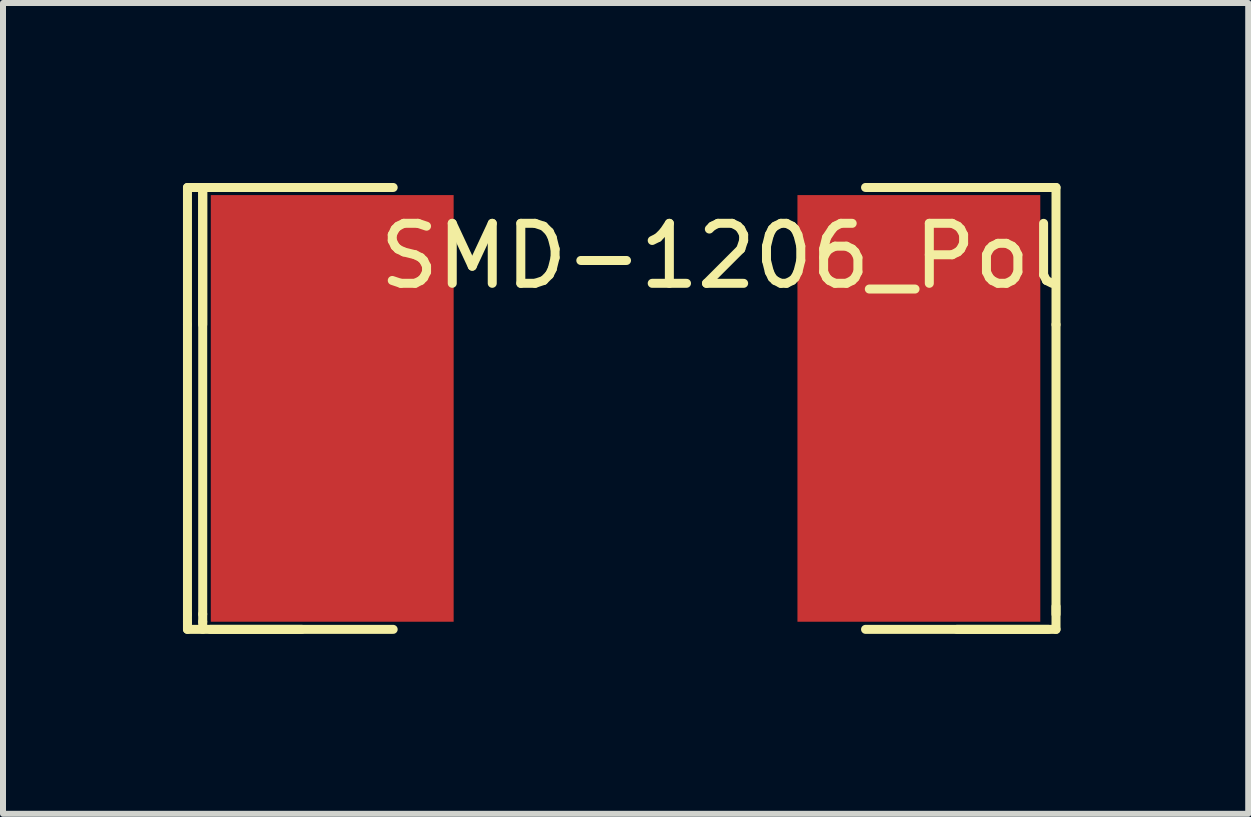
<source format=kicad_pcb>
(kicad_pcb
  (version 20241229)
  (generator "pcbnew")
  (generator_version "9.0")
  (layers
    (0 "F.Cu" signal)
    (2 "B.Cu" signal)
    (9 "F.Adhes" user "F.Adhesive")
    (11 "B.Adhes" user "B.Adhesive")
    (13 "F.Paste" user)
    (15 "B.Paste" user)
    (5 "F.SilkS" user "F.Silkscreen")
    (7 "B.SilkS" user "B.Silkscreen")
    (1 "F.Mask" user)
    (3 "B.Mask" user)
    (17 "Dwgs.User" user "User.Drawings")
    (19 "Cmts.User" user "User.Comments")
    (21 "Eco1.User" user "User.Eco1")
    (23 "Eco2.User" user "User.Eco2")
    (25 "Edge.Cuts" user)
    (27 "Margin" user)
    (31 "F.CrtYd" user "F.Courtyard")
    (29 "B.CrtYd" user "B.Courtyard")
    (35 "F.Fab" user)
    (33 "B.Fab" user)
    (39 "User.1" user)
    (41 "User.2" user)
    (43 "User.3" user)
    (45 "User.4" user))
  (footprint "SMD-1206_Pol"
    (layer "F.Cu")
    (at 3.631 1.218)
    (property "Reference" "SMD-1206_Pol" (at 5.334 0 0) (layer "F.SilkS") (effects (font (size 1 1) (thickness 0.15))))
    (attr smd)
    (fp_line (start -3.556 -1.143) (end -3.556 1.143) (stroke (width 0.15) (type solid)) (layer "F.SilkS"))
    (fp_line (start -3.556 1.143) (end -3.556 5.969) (stroke (width 0.15) (type solid)) (layer "F.SilkS"))
    (fp_line (start -3.556 5.969) (end -3.556 6.096) (stroke (width 0.15) (type solid)) (layer "F.SilkS"))
    (fp_line (start -3.556 6.096) (end -3.556 6.223) (stroke (width 0.15) (type solid)) (layer "F.SilkS"))
    (fp_line (start -3.556 6.223) (end -1.651 6.223) (stroke (width 0.15) (type solid)) (layer "F.SilkS"))
    (fp_line (start -3.302 -1.143) (end -3.556 -1.143) (stroke (width 0.15) (type solid)) (layer "F.SilkS"))
    (fp_line (start -3.302 -1.143) (end -3.302 1.143) (stroke (width 0.15) (type solid)) (layer "F.SilkS"))
    (fp_line (start -3.302 -1.143) (end -3.302 5.969) (stroke (width 0.15) (type solid)) (layer "F.SilkS"))
    (fp_line (start -3.302 5.969) (end -3.302 6.096) (stroke (width 0.15) (type solid)) (layer "F.SilkS"))
    (fp_line (start -3.302 6.096) (end -3.302 6.223) (stroke (width 0.15) (type solid)) (layer "F.SilkS"))
    (fp_line (start -3.175 -1.143) (end -0.127 -1.143) (stroke (width 0.15) (type solid)) (layer "F.SilkS"))
    (fp_line (start -3.175 6.223) (end -0.127 6.223) (stroke (width 0.15) (type solid)) (layer "F.SilkS"))
    (fp_line (start -1.651 -1.143) (end -3.302 -1.143) (stroke (width 0.15) (type solid)) (layer "F.SilkS"))
    (fp_line (start 9.271 -1.143) (end 10.922 -1.143) (stroke (width 0.15) (type solid)) (layer "F.SilkS"))
    (fp_line (start 9.271 6.223) (end 10.922 6.223) (stroke (width 0.15) (type solid)) (layer "F.SilkS"))
    (fp_line (start 10.795 -1.143) (end 7.747 -1.143) (stroke (width 0.15) (type solid)) (layer "F.SilkS"))
    (fp_line (start 10.795 6.223) (end 7.747 6.223) (stroke (width 0.15) (type solid)) (layer "F.SilkS"))
    (fp_line (start 10.922 -1.143) (end 10.922 1.143) (stroke (width 0.15) (type solid)) (layer "F.SilkS"))
    (fp_line (start 10.922 1.143) (end 10.922 5.969) (stroke (width 0.15) (type solid)) (layer "F.SilkS"))
    (fp_line (start 10.922 6.223) (end 10.922 5.842) (stroke (width 0.15) (type solid)) (layer "F.SilkS"))
    (fp_line (start -0.127 -1.143) (end 1.016 -1.143) (stroke (width 0.15) (type solid)) (layer "B.Paste"))
    (fp_line (start -0.127 6.223) (end 1.016 6.223) (stroke (width 0.15) (type solid)) (layer "B.Paste"))
    (fp_line (start 7.747 -1.143) (end 6.604 -1.143) (stroke (width 0.15) (type solid)) (layer "B.Paste"))
    (fp_line (start 7.747 6.223) (end 6.604 6.223) (stroke (width 0.15) (type solid)) (layer "B.Paste"))
    (pad "1" smd rect (at -1.143 2.54) (size 4.048 7.112) (layers "F.Cu" "F.Mask" "F.Paste"))
    (pad "2" smd rect (at 8.636 2.54) (size 4.048 7.112) (layers "F.Cu" "F.Mask" "F.Paste")))
  (gr_rect
    (start -3 -3)
    (end 17.757 10.516)
    (stroke (width 0.1) (type default))
    (fill no)
    (layer "Edge.Cuts")))
</source>
